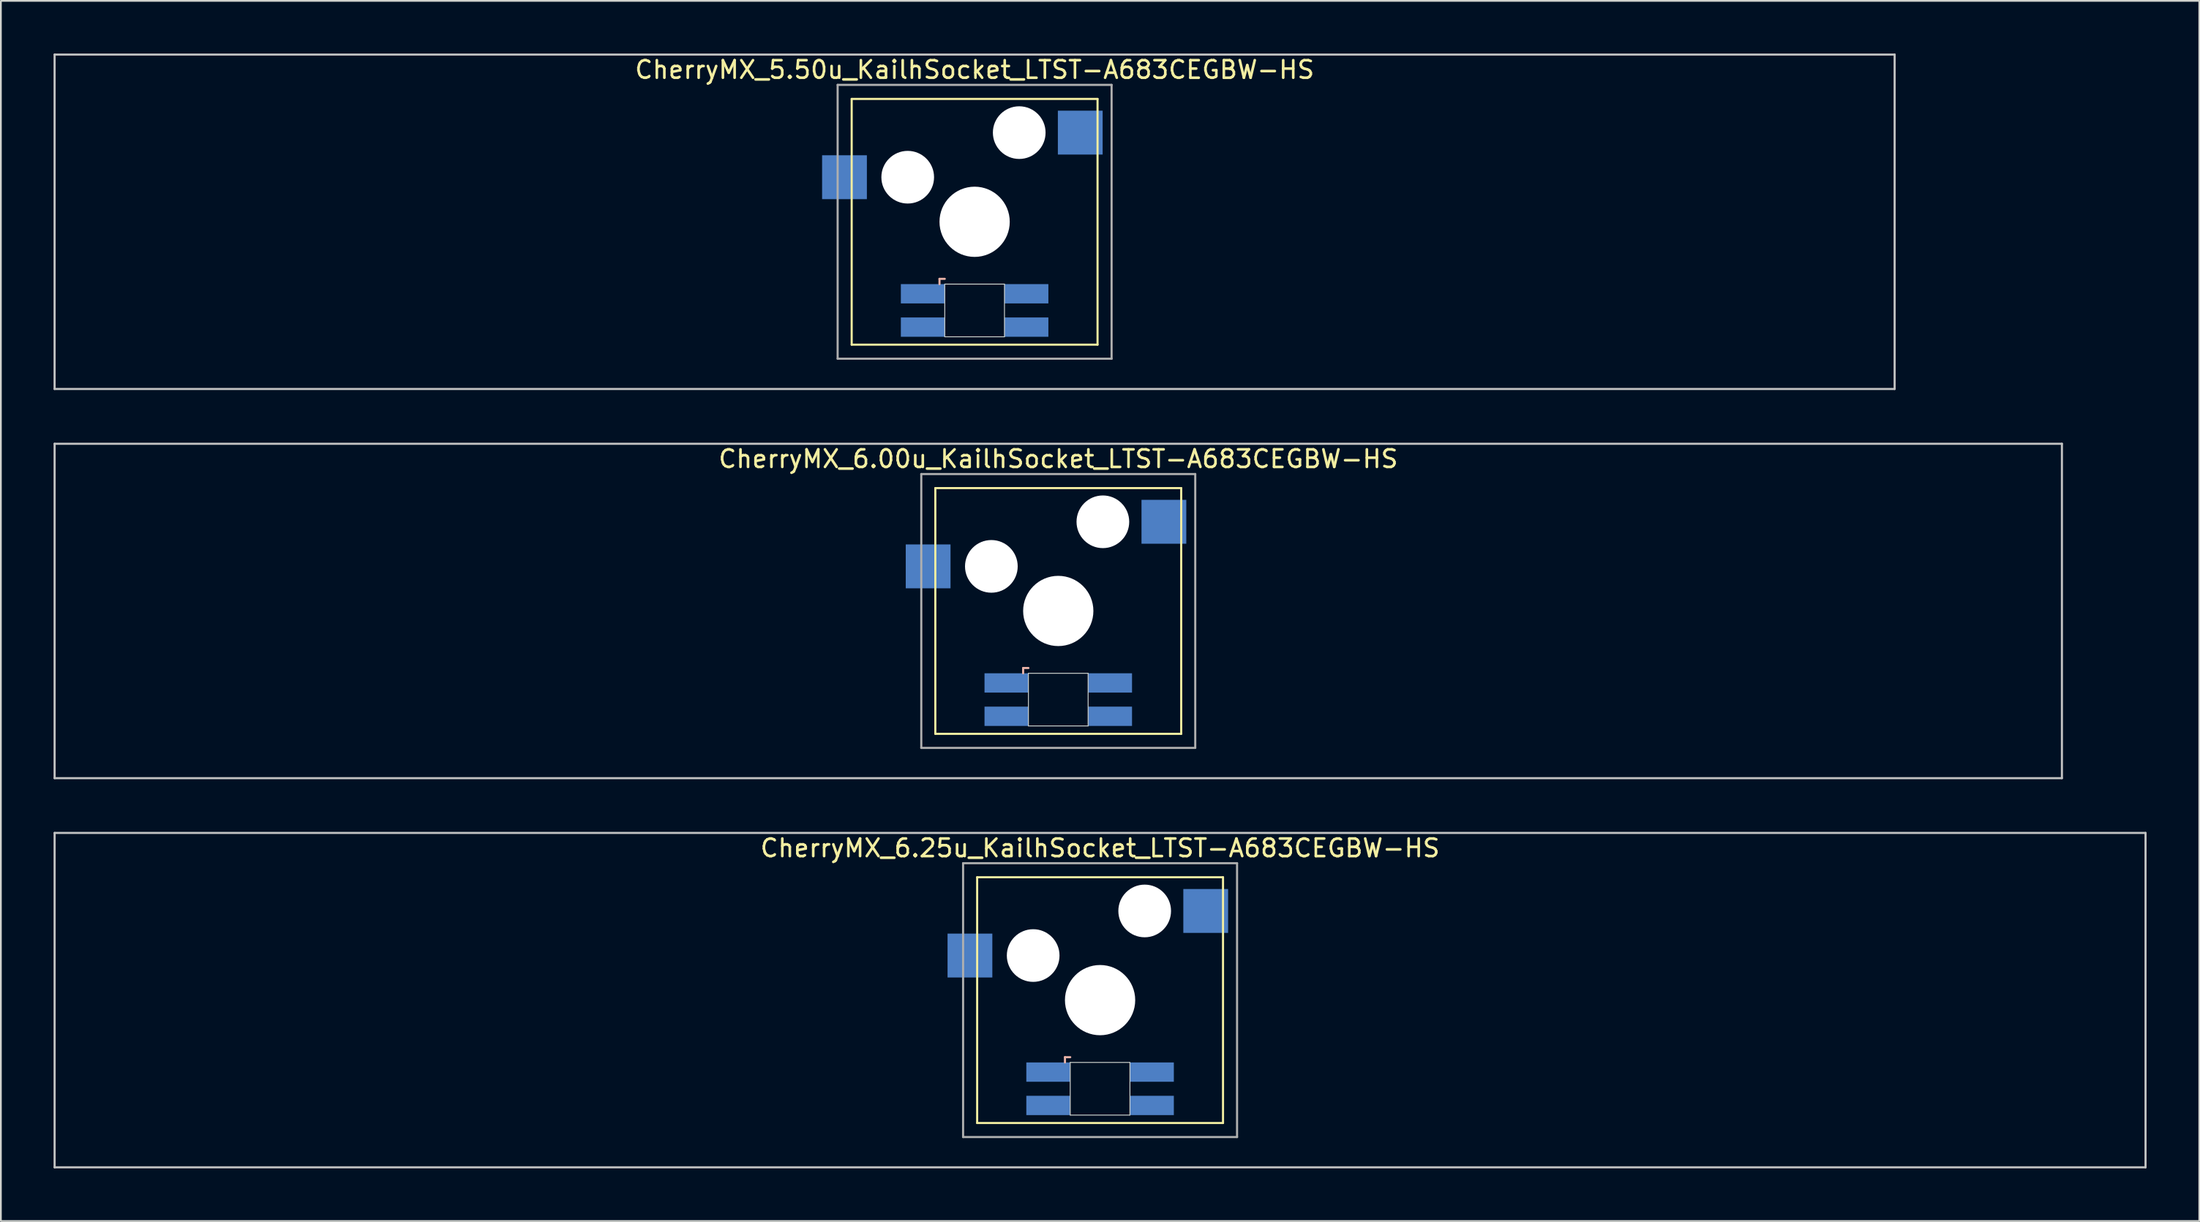
<source format=kicad_pcb>
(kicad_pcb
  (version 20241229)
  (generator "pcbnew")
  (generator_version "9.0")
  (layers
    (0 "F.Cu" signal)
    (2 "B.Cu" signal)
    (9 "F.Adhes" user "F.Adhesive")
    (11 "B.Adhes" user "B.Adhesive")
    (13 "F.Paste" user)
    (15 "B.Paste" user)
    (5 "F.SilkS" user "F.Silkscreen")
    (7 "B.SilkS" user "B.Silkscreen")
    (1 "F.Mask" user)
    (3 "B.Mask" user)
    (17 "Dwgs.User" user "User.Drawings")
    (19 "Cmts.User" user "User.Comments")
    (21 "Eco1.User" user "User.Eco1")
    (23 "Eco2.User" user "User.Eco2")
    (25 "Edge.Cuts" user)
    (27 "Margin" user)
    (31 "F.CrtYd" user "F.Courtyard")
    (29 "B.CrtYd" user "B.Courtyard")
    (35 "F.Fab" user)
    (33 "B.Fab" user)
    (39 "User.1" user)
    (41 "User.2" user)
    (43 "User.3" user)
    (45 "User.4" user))
  (footprint "CherryMX_6.00u_KailhSocket_LTST-A683CEGBW-HS"
    (layer "F.Cu")
    (at 57.21 31.755)
    (property "Reference" "CherryMX_6.00u_KailhSocket_LTST-A683CEGBW-HS" (at 0 -8.662 0) (layer "F.SilkS") (effects (font (size 1 1) (thickness 0.15))))
    (attr through_hole)
    (fp_line (start -7 -7) (end -7 7) (stroke (width 0.12) (type solid)) (layer "F.SilkS"))
    (fp_line (start -7 -7) (end 7 -7) (stroke (width 0.12) (type solid)) (layer "F.SilkS"))
    (fp_line (start 7 -7) (end 7 7) (stroke (width 0.12) (type solid)) (layer "F.SilkS"))
    (fp_line (start 7 7) (end -7 7) (stroke (width 0.12) (type solid)) (layer "F.SilkS"))
    (fp_line (start -2 3.25) (end -2 3.55) (stroke (width 0.12) (type solid)) (layer "B.SilkS"))
    (fp_line (start -1.7 3.25) (end -2 3.25) (stroke (width 0.12) (type solid)) (layer "B.SilkS"))
    (fp_line (start -57.15 -9.525) (end 57.15 -9.525) (stroke (width 0.12) (type solid)) (layer "Dwgs.User"))
    (fp_line (start -57.15 9.525) (end -57.15 -9.525) (stroke (width 0.12) (type solid)) (layer "Dwgs.User"))
    (fp_line (start 57.15 -9.525) (end 57.15 9.525) (stroke (width 0.12) (type solid)) (layer "Dwgs.User"))
    (fp_line (start 57.15 9.525) (end -57.15 9.525) (stroke (width 0.12) (type solid)) (layer "Dwgs.User"))
    (fp_line (start -1.7 3.55) (end 1.7 3.55) (stroke (width 0.05) (type solid)) (layer "Edge.Cuts"))
    (fp_line (start -1.7 6.55) (end -1.7 3.55) (stroke (width 0.05) (type solid)) (layer "Edge.Cuts"))
    (fp_line (start 1.7 3.55) (end 1.7 6.55) (stroke (width 0.05) (type solid)) (layer "Edge.Cuts"))
    (fp_line (start 1.7 6.55) (end -1.7 6.55) (stroke (width 0.05) (type solid)) (layer "Edge.Cuts"))
    (fp_line (start -7.8 -7.8) (end -7.8 7.8) (stroke (width 0.12) (type solid)) (layer "F.Fab"))
    (fp_line (start -7.8 -7.8) (end 7.8 -7.8) (stroke (width 0.12) (type solid)) (layer "F.Fab"))
    (fp_line (start -7.8 7.8) (end 7.8 7.8) (stroke (width 0.12) (type solid)) (layer "F.Fab"))
    (fp_line (start 7.8 -7.8) (end 7.8 7.8) (stroke (width 0.12) (type solid)) (layer "F.Fab"))
    (pad "" np_thru_hole circle (at -3.81 -2.54) (size 3 3) (drill 3) (layers "*.Cu" "*.Mask"))
    (pad "" np_thru_hole circle (at 0 0) (size 4 4) (drill 4) (layers "*.Cu" "*.Mask"))
    (pad "" np_thru_hole circle (at 2.54 -5.08) (size 3 3) (drill 3) (layers "*.Cu" "*.Mask"))
    (pad "1" smd rect (at -7.41 -2.54) (size 2.55 2.5) (layers "B.Cu" "B.Mask" "B.Paste"))
    (pad "2" smd rect (at 6.015 -5.08) (size 2.55 2.5) (layers "B.Cu" "B.Mask" "B.Paste"))
    (pad "3" smd rect (at -2.95 4.1) (size 2.5 1.1) (layers "B.Cu" "B.Mask" "B.Paste"))
    (pad "4" smd rect (at -2.95 6) (size 2.5 1.1) (layers "B.Cu" "B.Mask" "B.Paste"))
    (pad "5" smd rect (at 2.95 4.1) (size 2.5 1.1) (layers "B.Cu" "B.Mask" "B.Paste"))
    (pad "6" smd rect (at 2.95 6) (size 2.5 1.1) (layers "B.Cu" "B.Mask" "B.Paste")))
  (footprint "CherryMX_5.50u_KailhSocket_LTST-A683CEGBW-HS"
    (layer "F.Cu")
    (at 52.447 9.585)
    (property "Reference" "CherryMX_5.50u_KailhSocket_LTST-A683CEGBW-HS" (at 0 -8.662 0) (layer "F.SilkS") (effects (font (size 1 1) (thickness 0.15))))
    (attr through_hole)
    (fp_line (start -7 -7) (end -7 7) (stroke (width 0.12) (type solid)) (layer "F.SilkS"))
    (fp_line (start -7 -7) (end 7 -7) (stroke (width 0.12) (type solid)) (layer "F.SilkS"))
    (fp_line (start 7 -7) (end 7 7) (stroke (width 0.12) (type solid)) (layer "F.SilkS"))
    (fp_line (start 7 7) (end -7 7) (stroke (width 0.12) (type solid)) (layer "F.SilkS"))
    (fp_line (start -2 3.25) (end -2 3.55) (stroke (width 0.12) (type solid)) (layer "B.SilkS"))
    (fp_line (start -1.7 3.25) (end -2 3.25) (stroke (width 0.12) (type solid)) (layer "B.SilkS"))
    (fp_line (start -52.388 -9.525) (end 52.388 -9.525) (stroke (width 0.12) (type solid)) (layer "Dwgs.User"))
    (fp_line (start -52.388 9.525) (end -52.388 -9.525) (stroke (width 0.12) (type solid)) (layer "Dwgs.User"))
    (fp_line (start 52.388 -9.525) (end 52.388 9.525) (stroke (width 0.12) (type solid)) (layer "Dwgs.User"))
    (fp_line (start 52.388 9.525) (end -52.388 9.525) (stroke (width 0.12) (type solid)) (layer "Dwgs.User"))
    (fp_line (start -1.7 3.55) (end 1.7 3.55) (stroke (width 0.05) (type solid)) (layer "Edge.Cuts"))
    (fp_line (start -1.7 6.55) (end -1.7 3.55) (stroke (width 0.05) (type solid)) (layer "Edge.Cuts"))
    (fp_line (start 1.7 3.55) (end 1.7 6.55) (stroke (width 0.05) (type solid)) (layer "Edge.Cuts"))
    (fp_line (start 1.7 6.55) (end -1.7 6.55) (stroke (width 0.05) (type solid)) (layer "Edge.Cuts"))
    (fp_line (start -7.8 -7.8) (end -7.8 7.8) (stroke (width 0.12) (type solid)) (layer "F.Fab"))
    (fp_line (start -7.8 -7.8) (end 7.8 -7.8) (stroke (width 0.12) (type solid)) (layer "F.Fab"))
    (fp_line (start -7.8 7.8) (end 7.8 7.8) (stroke (width 0.12) (type solid)) (layer "F.Fab"))
    (fp_line (start 7.8 -7.8) (end 7.8 7.8) (stroke (width 0.12) (type solid)) (layer "F.Fab"))
    (pad "" np_thru_hole circle (at -3.81 -2.54) (size 3 3) (drill 3) (layers "*.Cu" "*.Mask"))
    (pad "" np_thru_hole circle (at 0 0) (size 4 4) (drill 4) (layers "*.Cu" "*.Mask"))
    (pad "" np_thru_hole circle (at 2.54 -5.08) (size 3 3) (drill 3) (layers "*.Cu" "*.Mask"))
    (pad "1" smd rect (at -7.41 -2.54) (size 2.55 2.5) (layers "B.Cu" "B.Mask" "B.Paste"))
    (pad "2" smd rect (at 6.015 -5.08) (size 2.55 2.5) (layers "B.Cu" "B.Mask" "B.Paste"))
    (pad "3" smd rect (at -2.95 4.1) (size 2.5 1.1) (layers "B.Cu" "B.Mask" "B.Paste"))
    (pad "4" smd rect (at -2.95 6) (size 2.5 1.1) (layers "B.Cu" "B.Mask" "B.Paste"))
    (pad "5" smd rect (at 2.95 4.1) (size 2.5 1.1) (layers "B.Cu" "B.Mask" "B.Paste"))
    (pad "6" smd rect (at 2.95 6) (size 2.5 1.1) (layers "B.Cu" "B.Mask" "B.Paste")))
  (footprint "CherryMX_6.25u_KailhSocket_LTST-A683CEGBW-HS"
    (layer "F.Cu")
    (at 59.591 53.925)
    (property "Reference" "CherryMX_6.25u_KailhSocket_LTST-A683CEGBW-HS" (at 0 -8.662 0) (layer "F.SilkS") (effects (font (size 1 1) (thickness 0.15))))
    (attr through_hole)
    (fp_line (start -7 -7) (end -7 7) (stroke (width 0.12) (type solid)) (layer "F.SilkS"))
    (fp_line (start -7 -7) (end 7 -7) (stroke (width 0.12) (type solid)) (layer "F.SilkS"))
    (fp_line (start 7 -7) (end 7 7) (stroke (width 0.12) (type solid)) (layer "F.SilkS"))
    (fp_line (start 7 7) (end -7 7) (stroke (width 0.12) (type solid)) (layer "F.SilkS"))
    (fp_line (start -2 3.25) (end -2 3.55) (stroke (width 0.12) (type solid)) (layer "B.SilkS"))
    (fp_line (start -1.7 3.25) (end -2 3.25) (stroke (width 0.12) (type solid)) (layer "B.SilkS"))
    (fp_line (start -59.531 -9.525) (end 59.531 -9.525) (stroke (width 0.12) (type solid)) (layer "Dwgs.User"))
    (fp_line (start -59.531 9.525) (end -59.531 -9.525) (stroke (width 0.12) (type solid)) (layer "Dwgs.User"))
    (fp_line (start 59.531 -9.525) (end 59.531 9.525) (stroke (width 0.12) (type solid)) (layer "Dwgs.User"))
    (fp_line (start 59.531 9.525) (end -59.531 9.525) (stroke (width 0.12) (type solid)) (layer "Dwgs.User"))
    (fp_line (start -1.7 3.55) (end 1.7 3.55) (stroke (width 0.05) (type solid)) (layer "Edge.Cuts"))
    (fp_line (start -1.7 6.55) (end -1.7 3.55) (stroke (width 0.05) (type solid)) (layer "Edge.Cuts"))
    (fp_line (start 1.7 3.55) (end 1.7 6.55) (stroke (width 0.05) (type solid)) (layer "Edge.Cuts"))
    (fp_line (start 1.7 6.55) (end -1.7 6.55) (stroke (width 0.05) (type solid)) (layer "Edge.Cuts"))
    (fp_line (start -7.8 -7.8) (end -7.8 7.8) (stroke (width 0.12) (type solid)) (layer "F.Fab"))
    (fp_line (start -7.8 -7.8) (end 7.8 -7.8) (stroke (width 0.12) (type solid)) (layer "F.Fab"))
    (fp_line (start -7.8 7.8) (end 7.8 7.8) (stroke (width 0.12) (type solid)) (layer "F.Fab"))
    (fp_line (start 7.8 -7.8) (end 7.8 7.8) (stroke (width 0.12) (type solid)) (layer "F.Fab"))
    (pad "" np_thru_hole circle (at -3.81 -2.54) (size 3 3) (drill 3) (layers "*.Cu" "*.Mask"))
    (pad "" np_thru_hole circle (at 0 0) (size 4 4) (drill 4) (layers "*.Cu" "*.Mask"))
    (pad "" np_thru_hole circle (at 2.54 -5.08) (size 3 3) (drill 3) (layers "*.Cu" "*.Mask"))
    (pad "1" smd rect (at -7.41 -2.54) (size 2.55 2.5) (layers "B.Cu" "B.Mask" "B.Paste"))
    (pad "2" smd rect (at 6.015 -5.08) (size 2.55 2.5) (layers "B.Cu" "B.Mask" "B.Paste"))
    (pad "3" smd rect (at -2.95 4.1) (size 2.5 1.1) (layers "B.Cu" "B.Mask" "B.Paste"))
    (pad "4" smd rect (at -2.95 6) (size 2.5 1.1) (layers "B.Cu" "B.Mask" "B.Paste"))
    (pad "5" smd rect (at 2.95 4.1) (size 2.5 1.1) (layers "B.Cu" "B.Mask" "B.Paste"))
    (pad "6" smd rect (at 2.95 6) (size 2.5 1.1) (layers "B.Cu" "B.Mask" "B.Paste")))
  (gr_rect
    (start -3 -3)
    (end 122.183 66.51)
    (stroke (width 0.1) (type default))
    (fill no)
    (layer "Edge.Cuts")))
</source>
